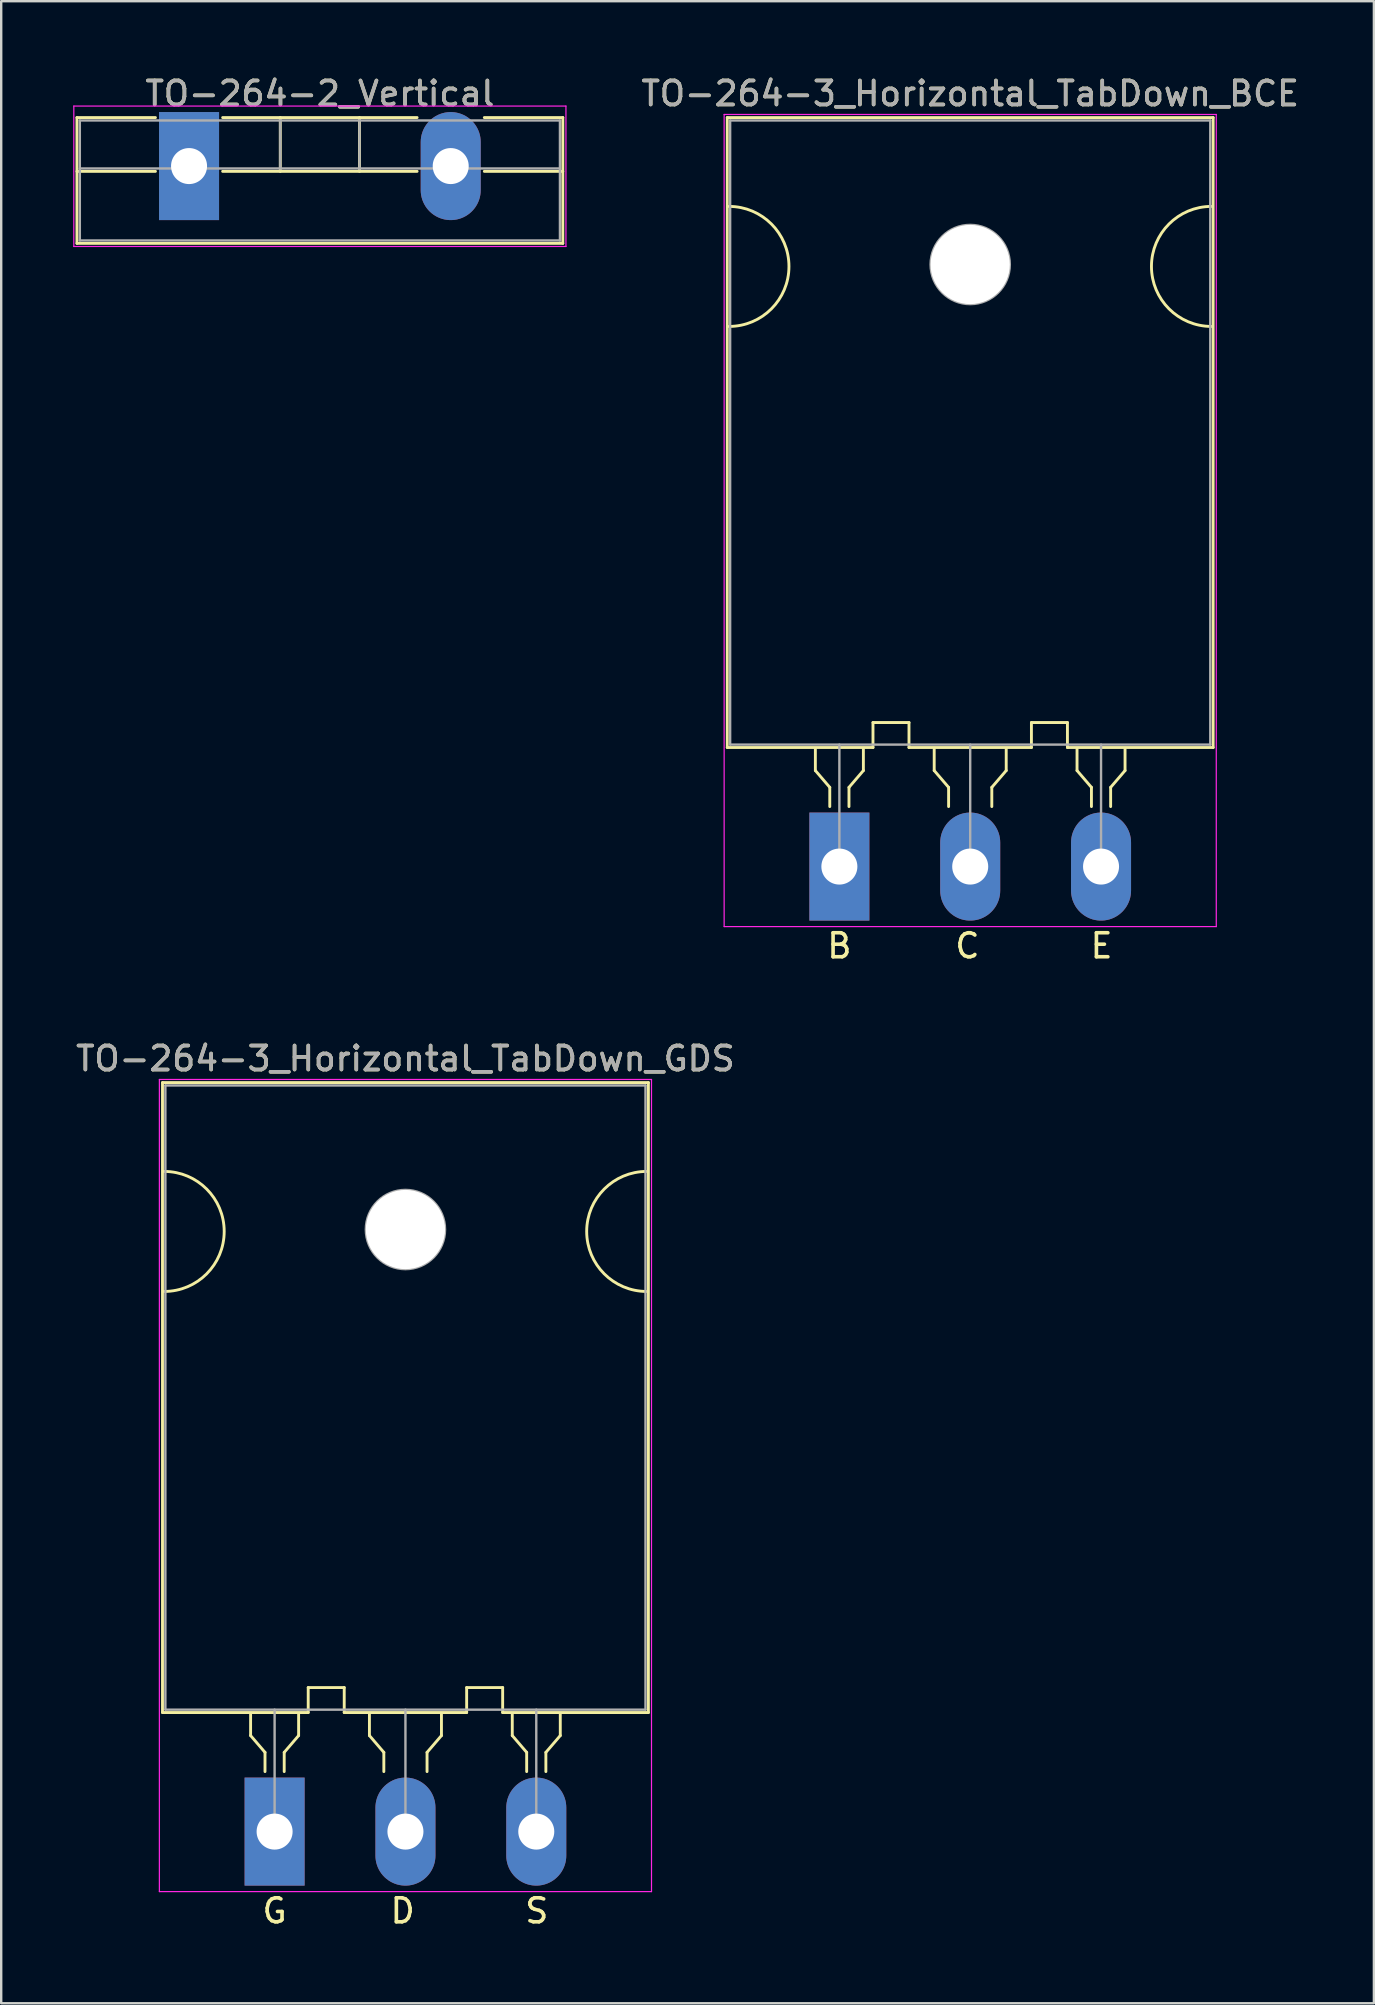
<source format=kicad_pcb>
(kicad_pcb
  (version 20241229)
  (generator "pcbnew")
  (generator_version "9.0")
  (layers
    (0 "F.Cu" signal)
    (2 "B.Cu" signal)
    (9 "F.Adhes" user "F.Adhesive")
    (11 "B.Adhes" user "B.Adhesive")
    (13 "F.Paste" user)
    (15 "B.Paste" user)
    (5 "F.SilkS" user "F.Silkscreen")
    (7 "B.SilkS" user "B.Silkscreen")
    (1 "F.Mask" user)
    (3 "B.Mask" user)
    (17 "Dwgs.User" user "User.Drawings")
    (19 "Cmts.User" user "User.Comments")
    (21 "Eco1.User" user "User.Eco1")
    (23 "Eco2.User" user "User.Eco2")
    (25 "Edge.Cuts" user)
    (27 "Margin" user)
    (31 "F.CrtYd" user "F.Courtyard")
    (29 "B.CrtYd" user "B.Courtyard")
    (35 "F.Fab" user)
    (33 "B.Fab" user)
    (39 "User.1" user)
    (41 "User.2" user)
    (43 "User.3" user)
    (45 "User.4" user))
  (footprint "TO-264-2_Vertical"
    (layer "F.Cu")
    (at 4.825 3.868)
    (property "Reference" "TO-264-2_Vertical" (at 5.45 -3.02 0) (layer "F.SilkS") (effects (font (size 1 1) (thickness 0.15))))
    (attr through_hole)
    (fp_line (start -4.67 -2.021) (end -4.67 3.22) (stroke (width 0.12) (type solid)) (layer "F.SilkS"))
    (fp_line (start -4.67 -2.021) (end -1.4 -2.021) (stroke (width 0.12) (type solid)) (layer "F.SilkS"))
    (fp_line (start -4.67 0.22) (end -1.4 0.22) (stroke (width 0.12) (type solid)) (layer "F.SilkS"))
    (fp_line (start -4.67 3.22) (end 15.57 3.22) (stroke (width 0.12) (type solid)) (layer "F.SilkS"))
    (fp_line (start 1.4 -2.021) (end 9.5 -2.021) (stroke (width 0.12) (type solid)) (layer "F.SilkS"))
    (fp_line (start 1.4 0.22) (end 9.5 0.22) (stroke (width 0.12) (type solid)) (layer "F.SilkS"))
    (fp_line (start 3.8 -2.021) (end 3.8 0.22) (stroke (width 0.12) (type solid)) (layer "F.SilkS"))
    (fp_line (start 7.1 -2.021) (end 7.1 0.22) (stroke (width 0.12) (type solid)) (layer "F.SilkS"))
    (fp_line (start 12.3 -2.021) (end 15.57 -2.021) (stroke (width 0.12) (type solid)) (layer "F.SilkS"))
    (fp_line (start 12.3 0.22) (end 15.57 0.22) (stroke (width 0.12) (type solid)) (layer "F.SilkS"))
    (fp_line (start 15.57 -2.021) (end 15.57 3.22) (stroke (width 0.12) (type solid)) (layer "F.SilkS"))
    (fp_line (start -4.8 -2.5) (end -4.8 3.35) (stroke (width 0.05) (type solid)) (layer "F.CrtYd"))
    (fp_line (start -4.8 3.35) (end 15.7 3.35) (stroke (width 0.05) (type solid)) (layer "F.CrtYd"))
    (fp_line (start 15.7 -2.5) (end -4.8 -2.5) (stroke (width 0.05) (type solid)) (layer "F.CrtYd"))
    (fp_line (start 15.7 3.35) (end 15.7 -2.5) (stroke (width 0.05) (type solid)) (layer "F.CrtYd"))
    (fp_line (start -4.55 -1.9) (end -4.55 3.1) (stroke (width 0.1) (type solid)) (layer "F.Fab"))
    (fp_line (start -4.55 0.1) (end 15.45 0.1) (stroke (width 0.1) (type solid)) (layer "F.Fab"))
    (fp_line (start -4.55 3.1) (end 15.45 3.1) (stroke (width 0.1) (type solid)) (layer "F.Fab"))
    (fp_line (start 3.8 -1.9) (end 3.8 0.1) (stroke (width 0.1) (type solid)) (layer "F.Fab"))
    (fp_line (start 7.1 -1.9) (end 7.1 0.1) (stroke (width 0.1) (type solid)) (layer "F.Fab"))
    (fp_line (start 15.45 -1.9) (end -4.55 -1.9) (stroke (width 0.1) (type solid)) (layer "F.Fab"))
    (fp_line (start 15.45 3.1) (end 15.45 -1.9) (stroke (width 0.1) (type solid)) (layer "F.Fab"))
    (fp_text user "${REFERENCE}" (at 5.45 -3.02 0) (layer "F.Fab") (effects (font (size 1 1) (thickness 0.15))))
    (pad "1" thru_hole rect (at 0 0) (size 2.5 4.5) (drill 1.5) (layers "*.Cu" "*.Mask"))
    (pad "2" thru_hole oval (at 10.9 0) (size 2.5 4.5) (drill 1.5) (layers "*.Cu" "*.Mask")))
  (footprint "TO-264-3_Horizontal_TabDown_BCE"
    (layer "F.Cu")
    (at 31.915 33.048)
    (property "Reference" "TO-264-3_Horizontal_TabDown_BCE" (at 5.45 -32.2 0) (layer "F.SilkS") (effects (font (size 1 1) (thickness 0.15))))
    (fp_line (start -4.67 -31.2) (end -4.67 -4.96) (stroke (width 0.12) (type solid)) (layer "F.SilkS"))
    (fp_line (start -4.67 -31.2) (end 15.57 -31.2) (stroke (width 0.12) (type solid)) (layer "F.SilkS"))
    (fp_line (start -4.67 -4.96) (end 1.4 -4.96) (stroke (width 0.12) (type solid)) (layer "F.SilkS"))
    (fp_line (start -1 -4.9) (end -1 -4) (stroke (width 0.12) (type solid)) (layer "F.SilkS"))
    (fp_line (start -1 -4) (end -0.4 -3.3) (stroke (width 0.12) (type solid)) (layer "F.SilkS"))
    (fp_line (start -0.4 -3.3) (end -0.4 -2.5) (stroke (width 0.12) (type solid)) (layer "F.SilkS"))
    (fp_line (start 0.4 -3.3) (end 1 -4) (stroke (width 0.12) (type solid)) (layer "F.SilkS"))
    (fp_line (start 0.4 -2.5) (end 0.4 -3.3) (stroke (width 0.12) (type solid)) (layer "F.SilkS"))
    (fp_line (start 1 -4) (end 1 -4.9) (stroke (width 0.12) (type solid)) (layer "F.SilkS"))
    (fp_line (start 1.4 -6) (end 2.9 -6) (stroke (width 0.12) (type solid)) (layer "F.SilkS"))
    (fp_line (start 1.4 -4.96) (end 1.4 -6) (stroke (width 0.12) (type solid)) (layer "F.SilkS"))
    (fp_line (start 2.9 -6) (end 2.9 -4.96) (stroke (width 0.12) (type solid)) (layer "F.SilkS"))
    (fp_line (start 2.9 -4.96) (end 8 -4.96) (stroke (width 0.12) (type solid)) (layer "F.SilkS"))
    (fp_line (start 3.95 -4.9) (end 3.95 -4) (stroke (width 0.12) (type solid)) (layer "F.SilkS"))
    (fp_line (start 3.95 -4) (end 4.55 -3.3) (stroke (width 0.12) (type solid)) (layer "F.SilkS"))
    (fp_line (start 4.55 -3.3) (end 4.55 -2.5) (stroke (width 0.12) (type solid)) (layer "F.SilkS"))
    (fp_line (start 6.35 -3.3) (end 6.95 -4) (stroke (width 0.12) (type solid)) (layer "F.SilkS"))
    (fp_line (start 6.35 -2.5) (end 6.35 -3.3) (stroke (width 0.12) (type solid)) (layer "F.SilkS"))
    (fp_line (start 6.95 -4) (end 6.95 -4.9) (stroke (width 0.12) (type solid)) (layer "F.SilkS"))
    (fp_line (start 8 -6) (end 8 -4.96) (stroke (width 0.12) (type solid)) (layer "F.SilkS"))
    (fp_line (start 9.5 -6) (end 8 -6) (stroke (width 0.12) (type solid)) (layer "F.SilkS"))
    (fp_line (start 9.5 -4.96) (end 9.5 -6) (stroke (width 0.12) (type solid)) (layer "F.SilkS"))
    (fp_line (start 9.5 -4.96) (end 15.57 -4.96) (stroke (width 0.12) (type solid)) (layer "F.SilkS"))
    (fp_line (start 9.9 -4.9) (end 9.9 -4) (stroke (width 0.12) (type solid)) (layer "F.SilkS"))
    (fp_line (start 9.9 -4) (end 10.5 -3.3) (stroke (width 0.12) (type solid)) (layer "F.SilkS"))
    (fp_line (start 10.5 -3.3) (end 10.5 -2.5) (stroke (width 0.12) (type solid)) (layer "F.SilkS"))
    (fp_line (start 11.3 -3.3) (end 11.9 -4) (stroke (width 0.12) (type solid)) (layer "F.SilkS"))
    (fp_line (start 11.3 -2.5) (end 11.3 -3.3) (stroke (width 0.12) (type solid)) (layer "F.SilkS"))
    (fp_line (start 11.9 -4) (end 11.9 -4.9) (stroke (width 0.12) (type solid)) (layer "F.SilkS"))
    (fp_line (start 15.57 -31.2) (end 15.57 -4.96) (stroke (width 0.12) (type solid)) (layer "F.SilkS"))
    (fp_arc (start -4.6 -27.5) (mid -2.1 -25) (end -4.6 -22.5) (stroke (width 0.12) (type solid)) (layer "F.SilkS"))
    (fp_arc (start 15.5 -22.5) (mid 13 -25) (end 15.5 -27.5) (stroke (width 0.12) (type solid)) (layer "F.SilkS"))
    (fp_line (start -4.8 -31.33) (end -4.8 2.5) (stroke (width 0.05) (type solid)) (layer "F.CrtYd"))
    (fp_line (start -4.8 2.5) (end 15.7 2.5) (stroke (width 0.05) (type solid)) (layer "F.CrtYd"))
    (fp_line (start 15.7 -31.33) (end -4.8 -31.33) (stroke (width 0.05) (type solid)) (layer "F.CrtYd"))
    (fp_line (start 15.7 2.5) (end 15.7 -31.33) (stroke (width 0.05) (type solid)) (layer "F.CrtYd"))
    (fp_line (start -4.55 -31.08) (end 15.45 -31.08) (stroke (width 0.1) (type solid)) (layer "F.Fab"))
    (fp_line (start -4.55 -5.08) (end -4.55 -31.08) (stroke (width 0.1) (type solid)) (layer "F.Fab"))
    (fp_line (start 0 -5.08) (end 0 0) (stroke (width 0.1) (type solid)) (layer "F.Fab"))
    (fp_line (start 5.45 -5.08) (end 5.45 0) (stroke (width 0.1) (type solid)) (layer "F.Fab"))
    (fp_line (start 10.9 -5.08) (end 10.9 0) (stroke (width 0.1) (type solid)) (layer "F.Fab"))
    (fp_line (start 15.45 -31.08) (end 15.45 -5.08) (stroke (width 0.1) (type solid)) (layer "F.Fab"))
    (fp_line (start 15.45 -5.08) (end -4.55 -5.08) (stroke (width 0.1) (type solid)) (layer "F.Fab"))
    (fp_circle (center 5.45 -25.08) (end 7.1 -25.08) (stroke (width 0.1) (type solid)) (fill no) (layer "F.Fab"))
    (fp_text user "E" (at 10.922 3.302 0) (unlocked yes) (layer "F.SilkS") (effects (font (size 1 1) (thickness 0.15))))
    (fp_text user "B" (at 0 3.302 0) (unlocked yes) (layer "F.SilkS") (effects (font (size 1 1) (thickness 0.15))))
    (fp_text user "C" (at 5.334 3.302 0) (unlocked yes) (layer "F.SilkS") (effects (font (size 1 1) (thickness 0.15))))
    (fp_text user "${REFERENCE}" (at 5.45 -32.2 0) (layer "F.Fab") (effects (font (size 1 1) (thickness 0.15))))
    (pad "" np_thru_hole oval (at 5.45 -25.08) (size 3.3 3.3) (drill 3.3) (layers "*.Cu" "*.Mask"))
    (pad "1" thru_hole rect (at 0 0) (size 2.5 4.5) (drill 1.5) (layers "*.Cu" "*.Mask"))
    (pad "2" thru_hole oval (at 5.45 0) (size 2.5 4.5) (drill 1.5) (layers "*.Cu" "*.Mask"))
    (pad "3" thru_hole oval (at 10.9 0) (size 2.5 4.5) (drill 1.5) (layers "*.Cu" "*.Mask")))
  (footprint "TO-264-3_Horizontal_TabDown_GDS"
    (layer "F.Cu")
    (at 8.389 73.247)
    (property "Reference" "TO-264-3_Horizontal_TabDown_GDS" (at 5.45 -32.2 0) (layer "F.SilkS") (effects (font (size 1 1) (thickness 0.15))))
    (fp_line (start -4.67 -31.2) (end -4.67 -4.96) (stroke (width 0.12) (type solid)) (layer "F.SilkS"))
    (fp_line (start -4.67 -31.2) (end 15.57 -31.2) (stroke (width 0.12) (type solid)) (layer "F.SilkS"))
    (fp_line (start -4.67 -4.96) (end 1.4 -4.96) (stroke (width 0.12) (type solid)) (layer "F.SilkS"))
    (fp_line (start -1 -4.9) (end -1 -4) (stroke (width 0.12) (type solid)) (layer "F.SilkS"))
    (fp_line (start -1 -4) (end -0.4 -3.3) (stroke (width 0.12) (type solid)) (layer "F.SilkS"))
    (fp_line (start -0.4 -3.3) (end -0.4 -2.5) (stroke (width 0.12) (type solid)) (layer "F.SilkS"))
    (fp_line (start 0.4 -3.3) (end 1 -4) (stroke (width 0.12) (type solid)) (layer "F.SilkS"))
    (fp_line (start 0.4 -2.5) (end 0.4 -3.3) (stroke (width 0.12) (type solid)) (layer "F.SilkS"))
    (fp_line (start 1 -4) (end 1 -4.9) (stroke (width 0.12) (type solid)) (layer "F.SilkS"))
    (fp_line (start 1.4 -6) (end 2.9 -6) (stroke (width 0.12) (type solid)) (layer "F.SilkS"))
    (fp_line (start 1.4 -4.96) (end 1.4 -6) (stroke (width 0.12) (type solid)) (layer "F.SilkS"))
    (fp_line (start 2.9 -6) (end 2.9 -4.96) (stroke (width 0.12) (type solid)) (layer "F.SilkS"))
    (fp_line (start 2.9 -4.96) (end 8 -4.96) (stroke (width 0.12) (type solid)) (layer "F.SilkS"))
    (fp_line (start 3.95 -4.9) (end 3.95 -4) (stroke (width 0.12) (type solid)) (layer "F.SilkS"))
    (fp_line (start 3.95 -4) (end 4.55 -3.3) (stroke (width 0.12) (type solid)) (layer "F.SilkS"))
    (fp_line (start 4.55 -3.3) (end 4.55 -2.5) (stroke (width 0.12) (type solid)) (layer "F.SilkS"))
    (fp_line (start 6.35 -3.3) (end 6.95 -4) (stroke (width 0.12) (type solid)) (layer "F.SilkS"))
    (fp_line (start 6.35 -2.5) (end 6.35 -3.3) (stroke (width 0.12) (type solid)) (layer "F.SilkS"))
    (fp_line (start 6.95 -4) (end 6.95 -4.9) (stroke (width 0.12) (type solid)) (layer "F.SilkS"))
    (fp_line (start 8 -6) (end 8 -4.96) (stroke (width 0.12) (type solid)) (layer "F.SilkS"))
    (fp_line (start 9.5 -6) (end 8 -6) (stroke (width 0.12) (type solid)) (layer "F.SilkS"))
    (fp_line (start 9.5 -4.96) (end 9.5 -6) (stroke (width 0.12) (type solid)) (layer "F.SilkS"))
    (fp_line (start 9.5 -4.96) (end 15.57 -4.96) (stroke (width 0.12) (type solid)) (layer "F.SilkS"))
    (fp_line (start 9.9 -4.9) (end 9.9 -4) (stroke (width 0.12) (type solid)) (layer "F.SilkS"))
    (fp_line (start 9.9 -4) (end 10.5 -3.3) (stroke (width 0.12) (type solid)) (layer "F.SilkS"))
    (fp_line (start 10.5 -3.3) (end 10.5 -2.5) (stroke (width 0.12) (type solid)) (layer "F.SilkS"))
    (fp_line (start 11.3 -3.3) (end 11.9 -4) (stroke (width 0.12) (type solid)) (layer "F.SilkS"))
    (fp_line (start 11.3 -2.5) (end 11.3 -3.3) (stroke (width 0.12) (type solid)) (layer "F.SilkS"))
    (fp_line (start 11.9 -4) (end 11.9 -4.9) (stroke (width 0.12) (type solid)) (layer "F.SilkS"))
    (fp_line (start 15.57 -31.2) (end 15.57 -4.96) (stroke (width 0.12) (type solid)) (layer "F.SilkS"))
    (fp_arc (start -4.6 -27.5) (mid -2.1 -25) (end -4.6 -22.5) (stroke (width 0.12) (type solid)) (layer "F.SilkS"))
    (fp_arc (start 15.5 -22.5) (mid 13 -25) (end 15.5 -27.5) (stroke (width 0.12) (type solid)) (layer "F.SilkS"))
    (fp_line (start -4.8 -31.33) (end -4.8 2.5) (stroke (width 0.05) (type solid)) (layer "F.CrtYd"))
    (fp_line (start -4.8 2.5) (end 15.7 2.5) (stroke (width 0.05) (type solid)) (layer "F.CrtYd"))
    (fp_line (start 15.7 -31.33) (end -4.8 -31.33) (stroke (width 0.05) (type solid)) (layer "F.CrtYd"))
    (fp_line (start 15.7 2.5) (end 15.7 -31.33) (stroke (width 0.05) (type solid)) (layer "F.CrtYd"))
    (fp_line (start -4.55 -31.08) (end 15.45 -31.08) (stroke (width 0.1) (type solid)) (layer "F.Fab"))
    (fp_line (start -4.55 -5.08) (end -4.55 -31.08) (stroke (width 0.1) (type solid)) (layer "F.Fab"))
    (fp_line (start 0 -5.08) (end 0 0) (stroke (width 0.1) (type solid)) (layer "F.Fab"))
    (fp_line (start 5.45 -5.08) (end 5.45 0) (stroke (width 0.1) (type solid)) (layer "F.Fab"))
    (fp_line (start 10.9 -5.08) (end 10.9 0) (stroke (width 0.1) (type solid)) (layer "F.Fab"))
    (fp_line (start 15.45 -31.08) (end 15.45 -5.08) (stroke (width 0.1) (type solid)) (layer "F.Fab"))
    (fp_line (start 15.45 -5.08) (end -4.55 -5.08) (stroke (width 0.1) (type solid)) (layer "F.Fab"))
    (fp_circle (center 5.45 -25.08) (end 7.1 -25.08) (stroke (width 0.1) (type solid)) (fill no) (layer "F.Fab"))
    (fp_text user "D" (at 5.334 3.302 0) (unlocked yes) (layer "F.SilkS") (effects (font (size 1 1) (thickness 0.15))))
    (fp_text user "G" (at 0 3.302 0) (unlocked yes) (layer "F.SilkS") (effects (font (size 1 1) (thickness 0.15))))
    (fp_text user "S" (at 10.922 3.302 0) (unlocked yes) (layer "F.SilkS") (effects (font (size 1 1) (thickness 0.15))))
    (fp_text user "${REFERENCE}" (at 5.45 -32.2 0) (layer "F.Fab") (effects (font (size 1 1) (thickness 0.15))))
    (pad "" np_thru_hole oval (at 5.45 -25.08) (size 3.3 3.3) (drill 3.3) (layers "*.Cu" "*.Mask"))
    (pad "1" thru_hole rect (at 0 0) (size 2.5 4.5) (drill 1.5) (layers "*.Cu" "*.Mask"))
    (pad "2" thru_hole oval (at 5.45 0) (size 2.5 4.5) (drill 1.5) (layers "*.Cu" "*.Mask"))
    (pad "3" thru_hole oval (at 10.9 0) (size 2.5 4.5) (drill 1.5) (layers "*.Cu" "*.Mask")))
  (gr_rect
    (start -3 -3)
    (end 54.181 80.397)
    (stroke (width 0.1) (type default))
    (fill no)
    (layer "Edge.Cuts")))
</source>
